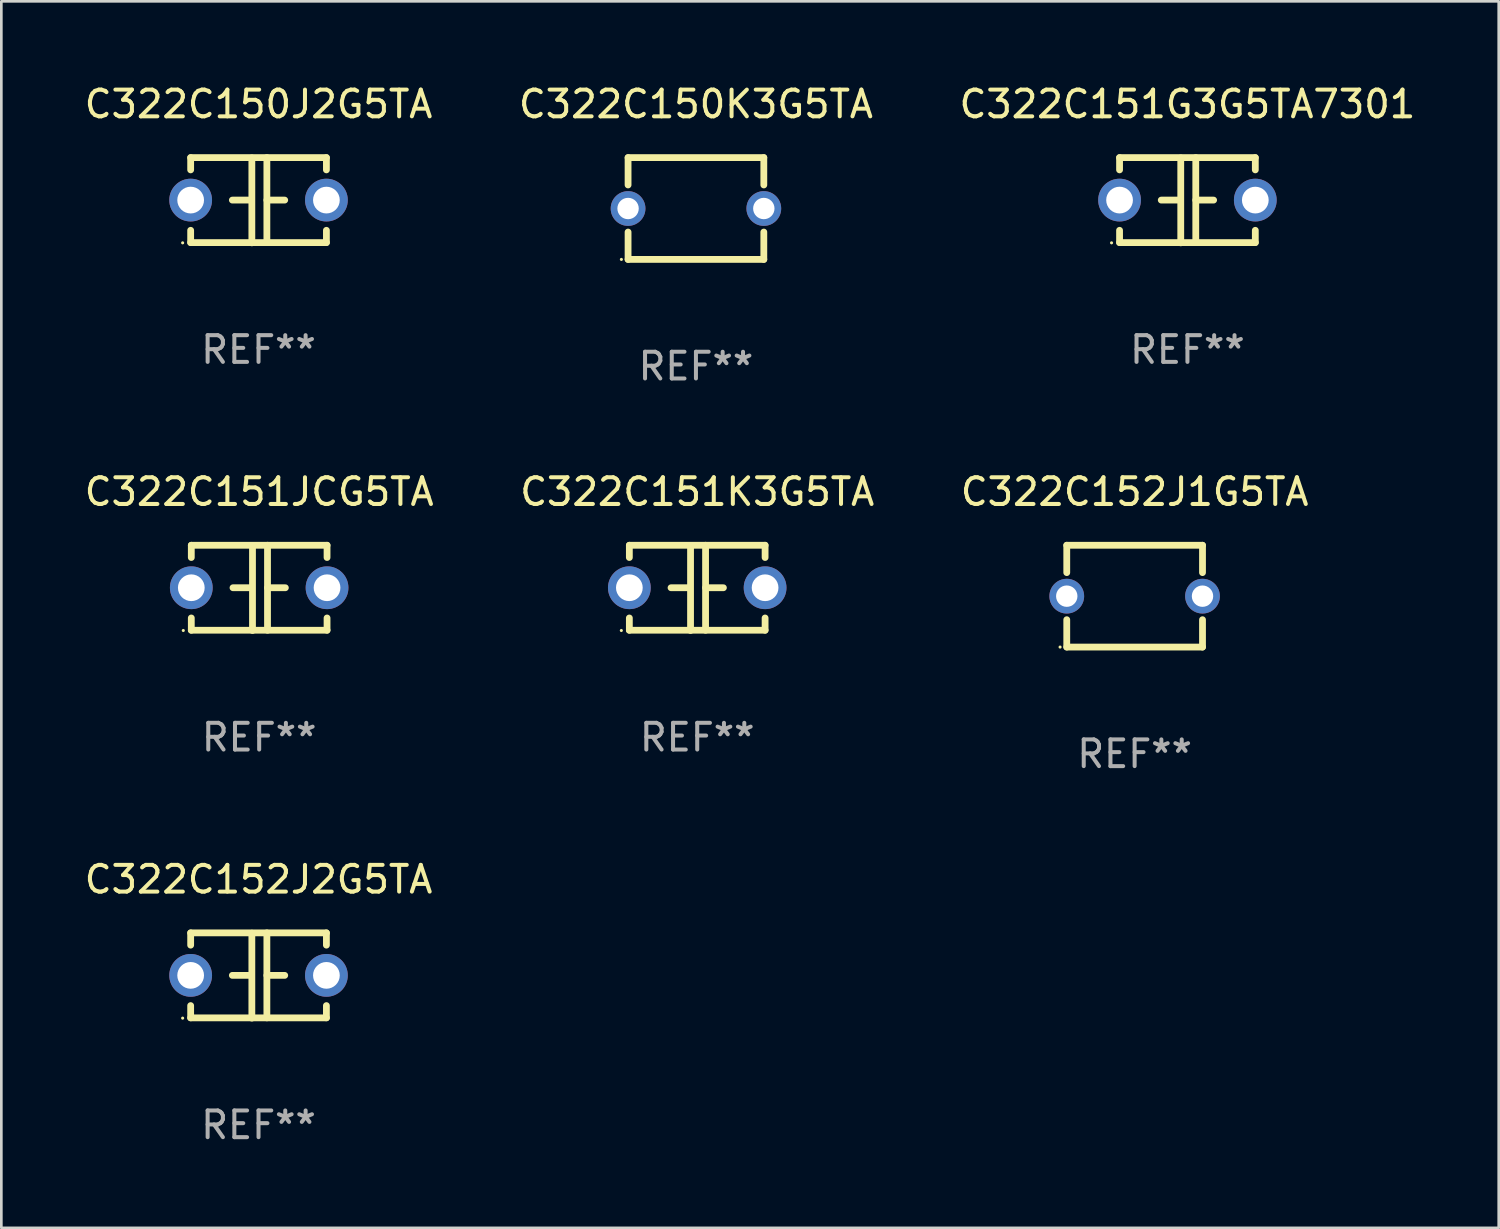
<source format=kicad_pcb>
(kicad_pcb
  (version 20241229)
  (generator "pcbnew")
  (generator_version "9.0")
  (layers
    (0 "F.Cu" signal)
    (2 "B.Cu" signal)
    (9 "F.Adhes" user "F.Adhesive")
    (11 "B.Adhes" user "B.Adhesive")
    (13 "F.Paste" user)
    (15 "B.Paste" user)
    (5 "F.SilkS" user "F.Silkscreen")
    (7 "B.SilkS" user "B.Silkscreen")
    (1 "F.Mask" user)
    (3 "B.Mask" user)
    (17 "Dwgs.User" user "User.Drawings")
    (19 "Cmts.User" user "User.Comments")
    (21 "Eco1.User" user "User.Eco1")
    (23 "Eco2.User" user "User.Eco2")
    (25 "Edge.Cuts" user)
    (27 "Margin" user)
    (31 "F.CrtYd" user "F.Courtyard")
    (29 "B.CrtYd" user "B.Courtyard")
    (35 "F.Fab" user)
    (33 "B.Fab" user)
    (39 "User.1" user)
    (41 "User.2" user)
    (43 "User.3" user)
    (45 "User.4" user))
  (footprint "C322C150J2G5TA"
    (layer "F.Cu")
    (at 6.625 4.443)
    (property "Reference" "C322C150J2G5TA" (at 0 -3.595 0) (layer "F.SilkS") (effects (font (size 1 1) (thickness 0.15))))
    (attr through_hole)
    (fp_line (start -2.54 -1.595) (end -2.54 -1.136) (stroke (width 0.254) (type solid)) (layer "F.SilkS"))
    (fp_line (start -2.54 -1.595) (end 2.54 -1.595) (stroke (width 0.254) (type solid)) (layer "F.SilkS"))
    (fp_line (start -2.54 1.126) (end -2.54 1.585) (stroke (width 0.254) (type solid)) (layer "F.SilkS"))
    (fp_line (start -0.312 -0.005) (end -0.98 -0.005) (stroke (width 0.254) (type solid)) (layer "F.SilkS"))
    (fp_line (start -0.25 -1.585) (end -0.25 1.595) (stroke (width 0.254) (type solid)) (layer "F.SilkS"))
    (fp_line (start 0.312 -1.595) (end 0.312 1.585) (stroke (width 0.254) (type solid)) (layer "F.SilkS"))
    (fp_line (start 0.312 -0.005) (end 0.98 -0.005) (stroke (width 0.254) (type solid)) (layer "F.SilkS"))
    (fp_line (start 2.54 -1.595) (end 2.54 -1.136) (stroke (width 0.254) (type solid)) (layer "F.SilkS"))
    (fp_line (start 2.54 1.126) (end 2.54 1.585) (stroke (width 0.254) (type solid)) (layer "F.SilkS"))
    (fp_line (start 2.54 1.585) (end -2.54 1.585) (stroke (width 0.254) (type solid)) (layer "F.SilkS"))
    (fp_circle (center -2.84 1.595) (end -2.81 1.595) (stroke (width 0.06) (type solid)) (fill no) (layer "F.SilkS"))
    (fp_text user "REF**" (at 0 5.595 0) (layer "F.Fab") (effects (font (size 1 1) (thickness 0.15))))
    (pad "1" thru_hole circle (at -2.54 -0.005) (size 1.6 1.6) (drill 1) (layers "*.Cu" "*.Mask"))
    (pad "2" thru_hole circle (at 2.54 -0.005) (size 1.6 1.6) (drill 1) (layers "*.Cu" "*.Mask")))
  (footprint "C322C152J2G5TA"
    (layer "F.Cu")
    (at 6.625 33.456)
    (property "Reference" "C322C152J2G5TA" (at 0 -3.595 0) (layer "F.SilkS") (effects (font (size 1 1) (thickness 0.15))))
    (attr through_hole)
    (fp_line (start -2.54 -1.595) (end -2.54 -1.136) (stroke (width 0.254) (type solid)) (layer "F.SilkS"))
    (fp_line (start -2.54 -1.595) (end 2.54 -1.595) (stroke (width 0.254) (type solid)) (layer "F.SilkS"))
    (fp_line (start -2.54 1.126) (end -2.54 1.585) (stroke (width 0.254) (type solid)) (layer "F.SilkS"))
    (fp_line (start -0.312 -0.005) (end -0.98 -0.005) (stroke (width 0.254) (type solid)) (layer "F.SilkS"))
    (fp_line (start -0.25 -1.585) (end -0.25 1.595) (stroke (width 0.254) (type solid)) (layer "F.SilkS"))
    (fp_line (start 0.312 -1.595) (end 0.312 1.585) (stroke (width 0.254) (type solid)) (layer "F.SilkS"))
    (fp_line (start 0.312 -0.005) (end 0.98 -0.005) (stroke (width 0.254) (type solid)) (layer "F.SilkS"))
    (fp_line (start 2.54 -1.595) (end 2.54 -1.136) (stroke (width 0.254) (type solid)) (layer "F.SilkS"))
    (fp_line (start 2.54 1.126) (end 2.54 1.585) (stroke (width 0.254) (type solid)) (layer "F.SilkS"))
    (fp_line (start 2.54 1.585) (end -2.54 1.585) (stroke (width 0.254) (type solid)) (layer "F.SilkS"))
    (fp_circle (center -2.84 1.595) (end -2.81 1.595) (stroke (width 0.06) (type solid)) (fill no) (layer "F.SilkS"))
    (fp_text user "REF**" (at 0 5.595 0) (layer "F.Fab") (effects (font (size 1 1) (thickness 0.15))))
    (pad "1" thru_hole circle (at -2.54 -0.005) (size 1.6 1.6) (drill 1) (layers "*.Cu" "*.Mask"))
    (pad "2" thru_hole circle (at 2.54 -0.005) (size 1.6 1.6) (drill 1) (layers "*.Cu" "*.Mask")))
  (footprint "C322C151K3G5TA"
    (layer "F.Cu")
    (at 23.042 18.95)
    (property "Reference" "C322C151K3G5TA" (at 0 -3.595 0) (layer "F.SilkS") (effects (font (size 1 1) (thickness 0.15))))
    (attr through_hole)
    (fp_line (start -2.54 -1.595) (end -2.54 -1.136) (stroke (width 0.254) (type solid)) (layer "F.SilkS"))
    (fp_line (start -2.54 -1.595) (end 2.54 -1.595) (stroke (width 0.254) (type solid)) (layer "F.SilkS"))
    (fp_line (start -2.54 1.126) (end -2.54 1.585) (stroke (width 0.254) (type solid)) (layer "F.SilkS"))
    (fp_line (start -0.312 -0.005) (end -0.98 -0.005) (stroke (width 0.254) (type solid)) (layer "F.SilkS"))
    (fp_line (start -0.25 -1.585) (end -0.25 1.595) (stroke (width 0.254) (type solid)) (layer "F.SilkS"))
    (fp_line (start 0.312 -1.595) (end 0.312 1.585) (stroke (width 0.254) (type solid)) (layer "F.SilkS"))
    (fp_line (start 0.312 -0.005) (end 0.98 -0.005) (stroke (width 0.254) (type solid)) (layer "F.SilkS"))
    (fp_line (start 2.54 -1.595) (end 2.54 -1.136) (stroke (width 0.254) (type solid)) (layer "F.SilkS"))
    (fp_line (start 2.54 1.126) (end 2.54 1.585) (stroke (width 0.254) (type solid)) (layer "F.SilkS"))
    (fp_line (start 2.54 1.585) (end -2.54 1.585) (stroke (width 0.254) (type solid)) (layer "F.SilkS"))
    (fp_circle (center -2.84 1.595) (end -2.81 1.595) (stroke (width 0.06) (type solid)) (fill no) (layer "F.SilkS"))
    (fp_text user "REF**" (at 0 5.595 0) (layer "F.Fab") (effects (font (size 1 1) (thickness 0.15))))
    (pad "1" thru_hole circle (at -2.54 -0.005) (size 1.6 1.6) (drill 1) (layers "*.Cu" "*.Mask"))
    (pad "2" thru_hole circle (at 2.54 -0.005) (size 1.6 1.6) (drill 1) (layers "*.Cu" "*.Mask")))
  (footprint "C322C150K3G5TA"
    (layer "F.Cu")
    (at 22.994 4.753)
    (property "Reference" "C322C150K3G5TA" (at 0 -3.905 0) (layer "F.SilkS") (effects (font (size 1 1) (thickness 0.15))))
    (attr through_hole)
    (fp_line (start -2.54 -1.905) (end -2.54 -0.881) (stroke (width 0.254) (type solid)) (layer "F.SilkS"))
    (fp_line (start -2.54 0.881) (end -2.54 1.905) (stroke (width 0.254) (type solid)) (layer "F.SilkS"))
    (fp_line (start -2.54 1.905) (end 2.54 1.905) (stroke (width 0.254) (type solid)) (layer "F.SilkS"))
    (fp_line (start 2.54 -1.905) (end -2.54 -1.905) (stroke (width 0.254) (type solid)) (layer "F.SilkS"))
    (fp_line (start 2.54 -0.881) (end 2.54 -1.905) (stroke (width 0.254) (type solid)) (layer "F.SilkS"))
    (fp_line (start 2.54 1.905) (end 2.54 0.881) (stroke (width 0.254) (type solid)) (layer "F.SilkS"))
    (fp_circle (center -2.79 1.905) (end -2.76 1.905) (stroke (width 0.06) (type solid)) (fill no) (layer "F.SilkS"))
    (fp_text user "REF**" (at 0 5.905 0) (layer "F.Fab") (effects (font (size 1 1) (thickness 0.15))))
    (pad "1" thru_hole circle (at -2.54 0) (size 1.3 1.3) (drill 0.8) (layers "*.Cu" "*.Mask"))
    (pad "2" thru_hole circle (at 2.54 0) (size 1.3 1.3) (drill 0.8) (layers "*.Cu" "*.Mask")))
  (footprint "C322C151JCG5TA"
    (layer "F.Cu")
    (at 6.649 18.95)
    (property "Reference" "C322C151JCG5TA" (at 0 -3.595 0) (layer "F.SilkS") (effects (font (size 1 1) (thickness 0.15))))
    (attr through_hole)
    (fp_line (start -2.54 -1.595) (end -2.54 -1.136) (stroke (width 0.254) (type solid)) (layer "F.SilkS"))
    (fp_line (start -2.54 -1.595) (end 2.54 -1.595) (stroke (width 0.254) (type solid)) (layer "F.SilkS"))
    (fp_line (start -2.54 1.126) (end -2.54 1.585) (stroke (width 0.254) (type solid)) (layer "F.SilkS"))
    (fp_line (start -0.312 -0.005) (end -0.98 -0.005) (stroke (width 0.254) (type solid)) (layer "F.SilkS"))
    (fp_line (start -0.25 -1.585) (end -0.25 1.595) (stroke (width 0.254) (type solid)) (layer "F.SilkS"))
    (fp_line (start 0.312 -1.595) (end 0.312 1.585) (stroke (width 0.254) (type solid)) (layer "F.SilkS"))
    (fp_line (start 0.312 -0.005) (end 0.98 -0.005) (stroke (width 0.254) (type solid)) (layer "F.SilkS"))
    (fp_line (start 2.54 -1.595) (end 2.54 -1.136) (stroke (width 0.254) (type solid)) (layer "F.SilkS"))
    (fp_line (start 2.54 1.126) (end 2.54 1.585) (stroke (width 0.254) (type solid)) (layer "F.SilkS"))
    (fp_line (start 2.54 1.585) (end -2.54 1.585) (stroke (width 0.254) (type solid)) (layer "F.SilkS"))
    (fp_circle (center -2.84 1.595) (end -2.81 1.595) (stroke (width 0.06) (type solid)) (fill no) (layer "F.SilkS"))
    (fp_text user "REF**" (at 0 5.595 0) (layer "F.Fab") (effects (font (size 1 1) (thickness 0.15))))
    (pad "1" thru_hole circle (at -2.54 -0.005) (size 1.6 1.6) (drill 1) (layers "*.Cu" "*.Mask"))
    (pad "2" thru_hole circle (at 2.54 -0.005) (size 1.6 1.6) (drill 1) (layers "*.Cu" "*.Mask")))
  (footprint "C322C152J1G5TA"
    (layer "F.Cu")
    (at 39.411 19.26)
    (property "Reference" "C322C152J1G5TA" (at 0 -3.905 0) (layer "F.SilkS") (effects (font (size 1 1) (thickness 0.15))))
    (attr through_hole)
    (fp_line (start -2.54 -1.905) (end -2.54 -0.881) (stroke (width 0.254) (type solid)) (layer "F.SilkS"))
    (fp_line (start -2.54 0.881) (end -2.54 1.905) (stroke (width 0.254) (type solid)) (layer "F.SilkS"))
    (fp_line (start -2.54 1.905) (end 2.54 1.905) (stroke (width 0.254) (type solid)) (layer "F.SilkS"))
    (fp_line (start 2.54 -1.905) (end -2.54 -1.905) (stroke (width 0.254) (type solid)) (layer "F.SilkS"))
    (fp_line (start 2.54 -0.881) (end 2.54 -1.905) (stroke (width 0.254) (type solid)) (layer "F.SilkS"))
    (fp_line (start 2.54 1.905) (end 2.54 0.881) (stroke (width 0.254) (type solid)) (layer "F.SilkS"))
    (fp_circle (center -2.79 1.905) (end -2.76 1.905) (stroke (width 0.06) (type solid)) (fill no) (layer "F.SilkS"))
    (fp_text user "REF**" (at 0 5.905 0) (layer "F.Fab") (effects (font (size 1 1) (thickness 0.15))))
    (pad "1" thru_hole circle (at -2.54 0) (size 1.3 1.3) (drill 0.8) (layers "*.Cu" "*.Mask"))
    (pad "2" thru_hole circle (at 2.54 0) (size 1.3 1.3) (drill 0.8) (layers "*.Cu" "*.Mask")))
  (footprint "C322C151G3G5TA7301"
    (layer "F.Cu")
    (at 41.387 4.443)
    (property "Reference" "C322C151G3G5TA7301" (at 0 -3.595 0) (layer "F.SilkS") (effects (font (size 1 1) (thickness 0.15))))
    (attr through_hole)
    (fp_line (start -2.54 -1.595) (end -2.54 -1.136) (stroke (width 0.254) (type solid)) (layer "F.SilkS"))
    (fp_line (start -2.54 -1.595) (end 2.54 -1.595) (stroke (width 0.254) (type solid)) (layer "F.SilkS"))
    (fp_line (start -2.54 1.126) (end -2.54 1.585) (stroke (width 0.254) (type solid)) (layer "F.SilkS"))
    (fp_line (start -0.312 -0.005) (end -0.98 -0.005) (stroke (width 0.254) (type solid)) (layer "F.SilkS"))
    (fp_line (start -0.25 -1.585) (end -0.25 1.595) (stroke (width 0.254) (type solid)) (layer "F.SilkS"))
    (fp_line (start 0.312 -1.595) (end 0.312 1.585) (stroke (width 0.254) (type solid)) (layer "F.SilkS"))
    (fp_line (start 0.312 -0.005) (end 0.98 -0.005) (stroke (width 0.254) (type solid)) (layer "F.SilkS"))
    (fp_line (start 2.54 -1.595) (end 2.54 -1.136) (stroke (width 0.254) (type solid)) (layer "F.SilkS"))
    (fp_line (start 2.54 1.126) (end 2.54 1.585) (stroke (width 0.254) (type solid)) (layer "F.SilkS"))
    (fp_line (start 2.54 1.585) (end -2.54 1.585) (stroke (width 0.254) (type solid)) (layer "F.SilkS"))
    (fp_circle (center -2.84 1.595) (end -2.81 1.595) (stroke (width 0.06) (type solid)) (fill no) (layer "F.SilkS"))
    (fp_text user "REF**" (at 0 5.595 0) (layer "F.Fab") (effects (font (size 1 1) (thickness 0.15))))
    (pad "1" thru_hole circle (at -2.54 -0.005) (size 1.6 1.6) (drill 1) (layers "*.Cu" "*.Mask"))
    (pad "2" thru_hole circle (at 2.54 -0.005) (size 1.6 1.6) (drill 1) (layers "*.Cu" "*.Mask")))
  (gr_rect
    (start -3 -3)
    (end 53.036 42.899)
    (stroke (width 0.1) (type default))
    (fill no)
    (layer "Edge.Cuts")))
</source>
